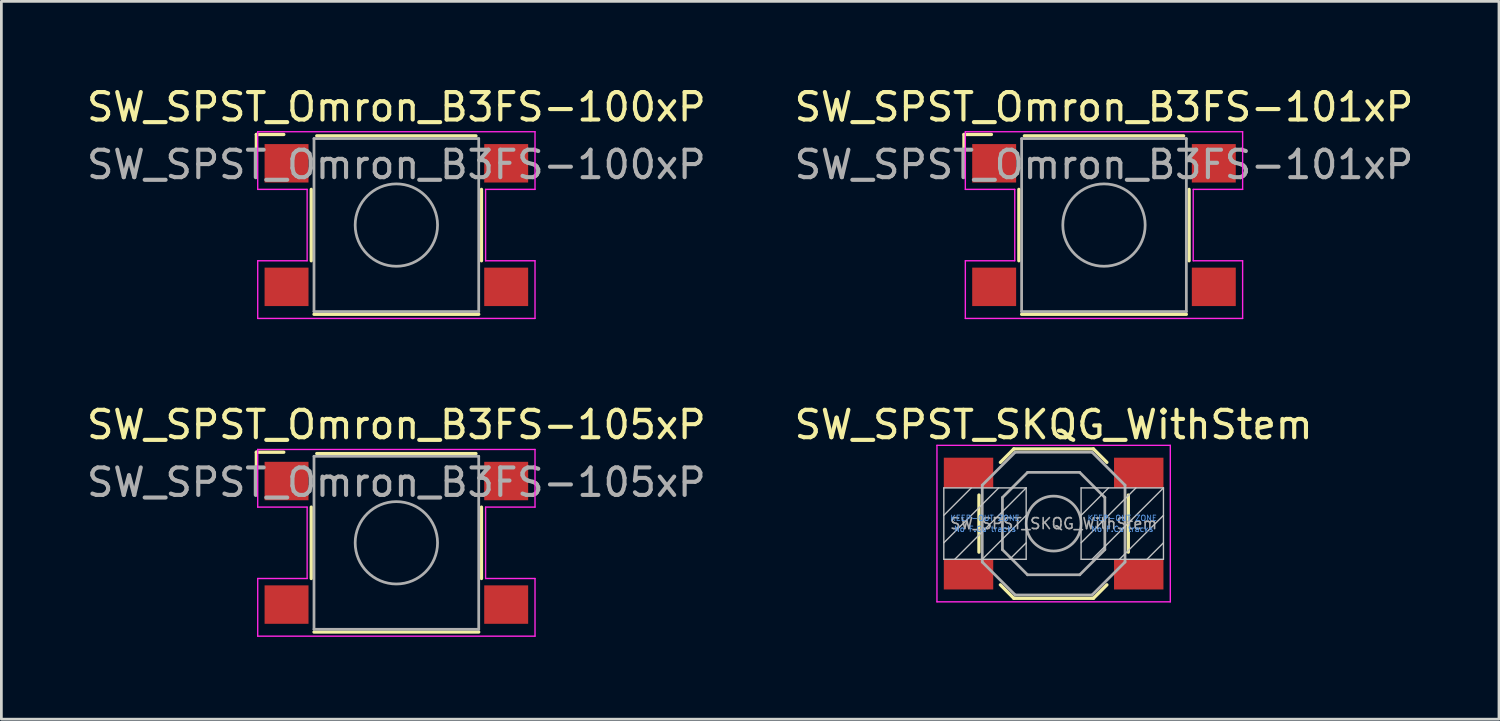
<source format=kicad_pcb>
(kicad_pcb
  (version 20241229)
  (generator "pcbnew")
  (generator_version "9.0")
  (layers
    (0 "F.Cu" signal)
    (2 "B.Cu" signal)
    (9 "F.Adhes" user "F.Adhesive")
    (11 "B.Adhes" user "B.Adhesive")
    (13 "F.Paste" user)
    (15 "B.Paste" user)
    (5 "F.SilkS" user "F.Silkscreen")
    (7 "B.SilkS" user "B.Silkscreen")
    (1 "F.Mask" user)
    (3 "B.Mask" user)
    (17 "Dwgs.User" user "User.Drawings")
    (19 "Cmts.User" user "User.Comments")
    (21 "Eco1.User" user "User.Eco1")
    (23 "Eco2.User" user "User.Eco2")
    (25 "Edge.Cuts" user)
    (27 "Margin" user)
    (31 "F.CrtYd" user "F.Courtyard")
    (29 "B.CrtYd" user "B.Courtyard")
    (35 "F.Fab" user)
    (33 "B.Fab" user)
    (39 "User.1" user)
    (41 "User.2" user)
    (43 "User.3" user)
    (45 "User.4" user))
  (footprint "SW_SPST_Omron_B3FS-105xP"
    (layer "F.Cu")
    (at 11.387 16.721)
    (property "Reference" "SW_SPST_Omron_B3FS-105xP" (at 0 -4.3 0) (layer "F.SilkS") (effects (font (size 1 1) (thickness 0.15))))
    (attr smd)
    (fp_line (start -5.1 -3.3) (end -4.1 -3.3) (stroke (width 0.12) (type solid)) (layer "F.SilkS"))
    (fp_line (start -5.1 -2.3) (end -5.1 -3.3) (stroke (width 0.12) (type solid)) (layer "F.SilkS"))
    (fp_line (start -3.1 -1.3) (end -3.1 1.3) (stroke (width 0.12) (type solid)) (layer "F.SilkS"))
    (fp_line (start 2.9 -3.25) (end -2.9 -3.25) (stroke (width 0.12) (type solid)) (layer "F.SilkS"))
    (fp_line (start 3 3.25) (end -3 3.25) (stroke (width 0.12) (type solid)) (layer "F.SilkS"))
    (fp_line (start 3.1 -1.3) (end 3.1 1.3) (stroke (width 0.12) (type solid)) (layer "F.SilkS"))
    (fp_line (start -5.05 -3.4) (end 5.05 -3.4) (stroke (width 0.05) (type solid)) (layer "F.CrtYd"))
    (fp_line (start -5.05 -1.3) (end -5.05 -3.4) (stroke (width 0.05) (type solid)) (layer "F.CrtYd"))
    (fp_line (start -5.05 1.3) (end -3.25 1.3) (stroke (width 0.05) (type solid)) (layer "F.CrtYd"))
    (fp_line (start -5.05 3.4) (end -5.05 1.3) (stroke (width 0.05) (type solid)) (layer "F.CrtYd"))
    (fp_line (start -3.25 -1.3) (end -5.05 -1.3) (stroke (width 0.05) (type solid)) (layer "F.CrtYd"))
    (fp_line (start -3.25 1.3) (end -3.25 -1.3) (stroke (width 0.05) (type solid)) (layer "F.CrtYd"))
    (fp_line (start 3.25 -1.3) (end 3.25 1.3) (stroke (width 0.05) (type solid)) (layer "F.CrtYd"))
    (fp_line (start 3.25 1.3) (end 5.05 1.3) (stroke (width 0.05) (type solid)) (layer "F.CrtYd"))
    (fp_line (start 5.05 -3.4) (end 5.05 -1.3) (stroke (width 0.05) (type solid)) (layer "F.CrtYd"))
    (fp_line (start 5.05 -1.3) (end 3.25 -1.3) (stroke (width 0.05) (type solid)) (layer "F.CrtYd"))
    (fp_line (start 5.05 1.3) (end 5.05 3.4) (stroke (width 0.05) (type solid)) (layer "F.CrtYd"))
    (fp_line (start 5.05 3.4) (end -5.05 3.4) (stroke (width 0.05) (type solid)) (layer "F.CrtYd"))
    (fp_line (start -3 -3.15) (end 3 -3.15) (stroke (width 0.1) (type solid)) (layer "F.Fab"))
    (fp_line (start -3 3.15) (end -3 -3.15) (stroke (width 0.1) (type solid)) (layer "F.Fab"))
    (fp_line (start 3 -3.15) (end 3 3.15) (stroke (width 0.1) (type solid)) (layer "F.Fab"))
    (fp_line (start 3 3.15) (end -3 3.15) (stroke (width 0.1) (type solid)) (layer "F.Fab"))
    (fp_circle (center 0 0) (end 1.5 0) (stroke (width 0.1) (type solid)) (fill no) (layer "F.Fab"))
    (fp_text user "${REFERENCE}" (at 0 -2.2 0) (layer "F.Fab") (effects (font (size 1 1) (thickness 0.15))))
    (pad "1" smd rect (at -4 -2.25 180) (size 1.6 1.4) (layers "F.Cu" "F.Mask" "F.Paste"))
    (pad "2" smd rect (at -4 2.25 180) (size 1.6 1.4) (layers "F.Cu" "F.Mask" "F.Paste"))
    (pad "3" smd rect (at 4 -2.25 180) (size 1.6 1.4) (layers "F.Cu" "F.Mask" "F.Paste"))
    (pad "4" smd rect (at 4 2.25 180) (size 1.6 1.4) (layers "F.Cu" "F.Mask" "F.Paste")))
  (footprint "SW_SPST_Omron_B3FS-100xP"
    (layer "F.Cu")
    (at 11.387 5.148)
    (property "Reference" "SW_SPST_Omron_B3FS-100xP" (at 0 -4.3 0) (layer "F.SilkS") (effects (font (size 1 1) (thickness 0.15))))
    (attr smd)
    (fp_line (start -5.1 -3.3) (end -4.1 -3.3) (stroke (width 0.12) (type solid)) (layer "F.SilkS"))
    (fp_line (start -5.1 -2.3) (end -5.1 -3.3) (stroke (width 0.12) (type solid)) (layer "F.SilkS"))
    (fp_line (start -3.1 -1.3) (end -3.1 1.3) (stroke (width 0.12) (type solid)) (layer "F.SilkS"))
    (fp_line (start 2.9 -3.25) (end -2.9 -3.25) (stroke (width 0.12) (type solid)) (layer "F.SilkS"))
    (fp_line (start 3 3.25) (end -3 3.25) (stroke (width 0.12) (type solid)) (layer "F.SilkS"))
    (fp_line (start 3.1 -1.3) (end 3.1 1.3) (stroke (width 0.12) (type solid)) (layer "F.SilkS"))
    (fp_line (start -5.05 -3.4) (end 5.05 -3.4) (stroke (width 0.05) (type solid)) (layer "F.CrtYd"))
    (fp_line (start -5.05 -1.3) (end -5.05 -3.4) (stroke (width 0.05) (type solid)) (layer "F.CrtYd"))
    (fp_line (start -5.05 1.3) (end -3.25 1.3) (stroke (width 0.05) (type solid)) (layer "F.CrtYd"))
    (fp_line (start -5.05 3.4) (end -5.05 1.3) (stroke (width 0.05) (type solid)) (layer "F.CrtYd"))
    (fp_line (start -3.25 -1.3) (end -5.05 -1.3) (stroke (width 0.05) (type solid)) (layer "F.CrtYd"))
    (fp_line (start -3.25 1.3) (end -3.25 -1.3) (stroke (width 0.05) (type solid)) (layer "F.CrtYd"))
    (fp_line (start 3.25 -1.3) (end 3.25 1.3) (stroke (width 0.05) (type solid)) (layer "F.CrtYd"))
    (fp_line (start 3.25 1.3) (end 5.05 1.3) (stroke (width 0.05) (type solid)) (layer "F.CrtYd"))
    (fp_line (start 5.05 -3.4) (end 5.05 -1.3) (stroke (width 0.05) (type solid)) (layer "F.CrtYd"))
    (fp_line (start 5.05 -1.3) (end 3.25 -1.3) (stroke (width 0.05) (type solid)) (layer "F.CrtYd"))
    (fp_line (start 5.05 1.3) (end 5.05 3.4) (stroke (width 0.05) (type solid)) (layer "F.CrtYd"))
    (fp_line (start 5.05 3.4) (end -5.05 3.4) (stroke (width 0.05) (type solid)) (layer "F.CrtYd"))
    (fp_line (start -3 -3.15) (end 3 -3.15) (stroke (width 0.1) (type solid)) (layer "F.Fab"))
    (fp_line (start -3 3.15) (end -3 -3.15) (stroke (width 0.1) (type solid)) (layer "F.Fab"))
    (fp_line (start 3 -3.15) (end 3 3.15) (stroke (width 0.1) (type solid)) (layer "F.Fab"))
    (fp_line (start 3 3.15) (end -3 3.15) (stroke (width 0.1) (type solid)) (layer "F.Fab"))
    (fp_circle (center 0 0) (end 1.5 0) (stroke (width 0.1) (type solid)) (fill no) (layer "F.Fab"))
    (fp_text user "${REFERENCE}" (at 0 -2.2 0) (layer "F.Fab") (effects (font (size 1 1) (thickness 0.15))))
    (pad "1" smd rect (at -4 -2.25 180) (size 1.6 1.4) (layers "F.Cu" "F.Mask" "F.Paste"))
    (pad "2" smd rect (at -4 2.25 180) (size 1.6 1.4) (layers "F.Cu" "F.Mask" "F.Paste"))
    (pad "3" smd rect (at 4 -2.25 180) (size 1.6 1.4) (layers "F.Cu" "F.Mask" "F.Paste"))
    (pad "4" smd rect (at 4 2.25 180) (size 1.6 1.4) (layers "F.Cu" "F.Mask" "F.Paste")))
  (footprint "SW_SPST_SKQG_WithStem"
    (layer "F.Cu")
    (at 35.327 16.021)
    (property "Reference" "SW_SPST_SKQG_WithStem" (at 0 -3.6 0) (layer "F.SilkS") (effects (font (size 1 1) (thickness 0.15))))
    (attr smd)
    (fp_line (start -2.72 1.04) (end -2.72 -1.04) (stroke (width 0.12) (type solid)) (layer "F.SilkS"))
    (fp_line (start -1.45 -2.72) (end -1.94 -2.23) (stroke (width 0.12) (type solid)) (layer "F.SilkS"))
    (fp_line (start -1.45 -2.72) (end 1.45 -2.72) (stroke (width 0.12) (type solid)) (layer "F.SilkS"))
    (fp_line (start -1.45 2.72) (end -1.94 2.23) (stroke (width 0.12) (type solid)) (layer "F.SilkS"))
    (fp_line (start -1.45 2.72) (end 1.45 2.72) (stroke (width 0.12) (type solid)) (layer "F.SilkS"))
    (fp_line (start 1.45 -2.72) (end 1.94 -2.23) (stroke (width 0.12) (type solid)) (layer "F.SilkS"))
    (fp_line (start 1.45 2.72) (end 1.94 2.23) (stroke (width 0.12) (type solid)) (layer "F.SilkS"))
    (fp_line (start 2.72 1.04) (end 2.72 -1.04) (stroke (width 0.12) (type solid)) (layer "F.SilkS"))
    (fp_line (start -4 -1.3) (end -1 -1.3) (stroke (width 0.05) (type solid)) (layer "Dwgs.User"))
    (fp_line (start -4 -0.3) (end -3 -1.3) (stroke (width 0.05) (type solid)) (layer "Dwgs.User"))
    (fp_line (start -4 0.7) (end -2 -1.3) (stroke (width 0.05) (type solid)) (layer "Dwgs.User"))
    (fp_line (start -4 1.3) (end -4 -1.3) (stroke (width 0.05) (type solid)) (layer "Dwgs.User"))
    (fp_line (start -2.6 1.3) (end -1 -0.3) (stroke (width 0.05) (type solid)) (layer "Dwgs.User"))
    (fp_line (start -1 -1.3) (end -3.6 1.3) (stroke (width 0.05) (type solid)) (layer "Dwgs.User"))
    (fp_line (start -1 -1.3) (end -1 1.3) (stroke (width 0.05) (type solid)) (layer "Dwgs.User"))
    (fp_line (start -1 0.7) (end -1.6 1.3) (stroke (width 0.05) (type solid)) (layer "Dwgs.User"))
    (fp_line (start -1 1.3) (end -4 1.3) (stroke (width 0.05) (type solid)) (layer "Dwgs.User"))
    (fp_line (start 1 -1.3) (end 4 -1.3) (stroke (width 0.05) (type solid)) (layer "Dwgs.User"))
    (fp_line (start 1 -0.3) (end 2 -1.3) (stroke (width 0.05) (type solid)) (layer "Dwgs.User"))
    (fp_line (start 1 0.7) (end 3 -1.3) (stroke (width 0.05) (type solid)) (layer "Dwgs.User"))
    (fp_line (start 1 1.3) (end 1 -1.3) (stroke (width 0.05) (type solid)) (layer "Dwgs.User"))
    (fp_line (start 2.4 1.3) (end 4 -0.3) (stroke (width 0.05) (type solid)) (layer "Dwgs.User"))
    (fp_line (start 4 -1.3) (end 1.4 1.3) (stroke (width 0.05) (type solid)) (layer "Dwgs.User"))
    (fp_line (start 4 -1.3) (end 4 1.3) (stroke (width 0.05) (type solid)) (layer "Dwgs.User"))
    (fp_line (start 4 0.7) (end 3.4 1.3) (stroke (width 0.05) (type solid)) (layer "Dwgs.User"))
    (fp_line (start 4 1.3) (end 1 1.3) (stroke (width 0.05) (type solid)) (layer "Dwgs.User"))
    (fp_line (start -4.25 -2.85) (end -4.25 2.85) (stroke (width 0.05) (type solid)) (layer "F.CrtYd"))
    (fp_line (start -4.25 2.85) (end 4.25 2.85) (stroke (width 0.05) (type solid)) (layer "F.CrtYd"))
    (fp_line (start 4.25 -2.85) (end -4.25 -2.85) (stroke (width 0.05) (type solid)) (layer "F.CrtYd"))
    (fp_line (start 4.25 2.85) (end 4.25 -2.85) (stroke (width 0.05) (type solid)) (layer "F.CrtYd"))
    (fp_line (start -2.6 -1.4) (end -1.4 -2.6) (stroke (width 0.1) (type solid)) (layer "F.Fab"))
    (fp_line (start -2.6 1.4) (end -2.6 -1.4) (stroke (width 0.1) (type solid)) (layer "F.Fab"))
    (fp_line (start -1.865 0.95) (end -1.865 -0.95) (stroke (width 0.1) (type solid)) (layer "F.Fab"))
    (fp_line (start -1.4 -2.6) (end 1.4 -2.6) (stroke (width 0.1) (type solid)) (layer "F.Fab"))
    (fp_line (start -1.4 2.6) (end -2.6 1.4) (stroke (width 0.1) (type solid)) (layer "F.Fab"))
    (fp_line (start -0.95 -1.865) (end -1.865 -0.95) (stroke (width 0.1) (type solid)) (layer "F.Fab"))
    (fp_line (start -0.95 -1.865) (end 0.95 -1.865) (stroke (width 0.1) (type solid)) (layer "F.Fab"))
    (fp_line (start -0.95 1.865) (end -1.865 0.95) (stroke (width 0.1) (type solid)) (layer "F.Fab"))
    (fp_line (start 0.95 -1.865) (end 1.865 -0.95) (stroke (width 0.1) (type solid)) (layer "F.Fab"))
    (fp_line (start 0.95 1.865) (end -0.95 1.865) (stroke (width 0.1) (type solid)) (layer "F.Fab"))
    (fp_line (start 0.95 1.865) (end 1.865 0.95) (stroke (width 0.1) (type solid)) (layer "F.Fab"))
    (fp_line (start 1.4 -2.6) (end 2.6 -1.4) (stroke (width 0.1) (type solid)) (layer "F.Fab"))
    (fp_line (start 1.4 2.6) (end -1.4 2.6) (stroke (width 0.1) (type solid)) (layer "F.Fab"))
    (fp_line (start 1.865 -0.95) (end 1.865 0.95) (stroke (width 0.1) (type solid)) (layer "F.Fab"))
    (fp_line (start 2.6 -1.4) (end 2.6 1.4) (stroke (width 0.1) (type solid)) (layer "F.Fab"))
    (fp_line (start 2.6 1.4) (end 1.4 2.6) (stroke (width 0.1) (type solid)) (layer "F.Fab"))
    (fp_circle (center 0 0) (end 1 0) (stroke (width 0.1) (type solid)) (fill no) (layer "F.Fab"))
    (fp_text user "No F.Cu tracks" (at 2.5 0.2 0) (layer "Cmts.User") (effects (font (size 0.2 0.2) (thickness 0.03))))
    (fp_text user "KEEP-OUT ZONE" (at 2.5 -0.2 0) (layer "Cmts.User") (effects (font (size 0.2 0.2) (thickness 0.03))))
    (fp_text user "No F.Cu tracks" (at -2.5 0.2 0) (layer "Cmts.User") (effects (font (size 0.2 0.2) (thickness 0.03))))
    (fp_text user "KEEP-OUT ZONE" (at -2.5 -0.2 0) (layer "Cmts.User") (effects (font (size 0.2 0.2) (thickness 0.03))))
    (fp_text user "${REFERENCE}" (at 0 0 0) (layer "F.Fab") (effects (font (size 0.4 0.4) (thickness 0.06))))
    (pad "1" smd rect (at -3.1 -1.85) (size 1.8 1.1) (layers "F.Cu" "F.Mask" "F.Paste"))
    (pad "1" smd rect (at 3.1 -1.85) (size 1.8 1.1) (layers "F.Cu" "F.Mask" "F.Paste"))
    (pad "2" smd rect (at -3.1 1.85) (size 1.8 1.1) (layers "F.Cu" "F.Mask" "F.Paste"))
    (pad "2" smd rect (at 3.1 1.85) (size 1.8 1.1) (layers "F.Cu" "F.Mask" "F.Paste")))
  (footprint "SW_SPST_Omron_B3FS-101xP"
    (layer "F.Cu")
    (at 37.161 5.148)
    (property "Reference" "SW_SPST_Omron_B3FS-101xP" (at 0 -4.3 0) (layer "F.SilkS") (effects (font (size 1 1) (thickness 0.15))))
    (attr smd)
    (fp_line (start -5.1 -3.3) (end -4.1 -3.3) (stroke (width 0.12) (type solid)) (layer "F.SilkS"))
    (fp_line (start -5.1 -2.3) (end -5.1 -3.3) (stroke (width 0.12) (type solid)) (layer "F.SilkS"))
    (fp_line (start -3.1 -1.3) (end -3.1 1.3) (stroke (width 0.12) (type solid)) (layer "F.SilkS"))
    (fp_line (start 2.9 -3.25) (end -2.9 -3.25) (stroke (width 0.12) (type solid)) (layer "F.SilkS"))
    (fp_line (start 3 3.25) (end -3 3.25) (stroke (width 0.12) (type solid)) (layer "F.SilkS"))
    (fp_line (start 3.1 -1.3) (end 3.1 1.3) (stroke (width 0.12) (type solid)) (layer "F.SilkS"))
    (fp_line (start -5.05 -3.4) (end 5.05 -3.4) (stroke (width 0.05) (type solid)) (layer "F.CrtYd"))
    (fp_line (start -5.05 -1.3) (end -5.05 -3.4) (stroke (width 0.05) (type solid)) (layer "F.CrtYd"))
    (fp_line (start -5.05 1.3) (end -3.25 1.3) (stroke (width 0.05) (type solid)) (layer "F.CrtYd"))
    (fp_line (start -5.05 3.4) (end -5.05 1.3) (stroke (width 0.05) (type solid)) (layer "F.CrtYd"))
    (fp_line (start -3.25 -1.3) (end -5.05 -1.3) (stroke (width 0.05) (type solid)) (layer "F.CrtYd"))
    (fp_line (start -3.25 1.3) (end -3.25 -1.3) (stroke (width 0.05) (type solid)) (layer "F.CrtYd"))
    (fp_line (start 3.25 -1.3) (end 3.25 1.3) (stroke (width 0.05) (type solid)) (layer "F.CrtYd"))
    (fp_line (start 3.25 1.3) (end 5.05 1.3) (stroke (width 0.05) (type solid)) (layer "F.CrtYd"))
    (fp_line (start 5.05 -3.4) (end 5.05 -1.3) (stroke (width 0.05) (type solid)) (layer "F.CrtYd"))
    (fp_line (start 5.05 -1.3) (end 3.25 -1.3) (stroke (width 0.05) (type solid)) (layer "F.CrtYd"))
    (fp_line (start 5.05 1.3) (end 5.05 3.4) (stroke (width 0.05) (type solid)) (layer "F.CrtYd"))
    (fp_line (start 5.05 3.4) (end -5.05 3.4) (stroke (width 0.05) (type solid)) (layer "F.CrtYd"))
    (fp_line (start -3 -3.15) (end 3 -3.15) (stroke (width 0.1) (type solid)) (layer "F.Fab"))
    (fp_line (start -3 3.15) (end -3 -3.15) (stroke (width 0.1) (type solid)) (layer "F.Fab"))
    (fp_line (start 3 -3.15) (end 3 3.15) (stroke (width 0.1) (type solid)) (layer "F.Fab"))
    (fp_line (start 3 3.15) (end -3 3.15) (stroke (width 0.1) (type solid)) (layer "F.Fab"))
    (fp_circle (center 0 0) (end 1.5 0) (stroke (width 0.1) (type solid)) (fill no) (layer "F.Fab"))
    (fp_text user "${REFERENCE}" (at 0 -2.2 0) (layer "F.Fab") (effects (font (size 1 1) (thickness 0.15))))
    (pad "1" smd rect (at -4 -2.25 180) (size 1.6 1.4) (layers "F.Cu" "F.Mask" "F.Paste"))
    (pad "2" smd rect (at -4 2.25 180) (size 1.6 1.4) (layers "F.Cu" "F.Mask" "F.Paste"))
    (pad "3" smd rect (at 4 -2.25 180) (size 1.6 1.4) (layers "F.Cu" "F.Mask" "F.Paste"))
    (pad "4" smd rect (at 4 2.25 180) (size 1.6 1.4) (layers "F.Cu" "F.Mask" "F.Paste")))
  (gr_rect
    (start -3 -3)
    (end 51.548 23.146)
    (stroke (width 0.1) (type default))
    (fill no)
    (layer "Edge.Cuts")))
</source>
